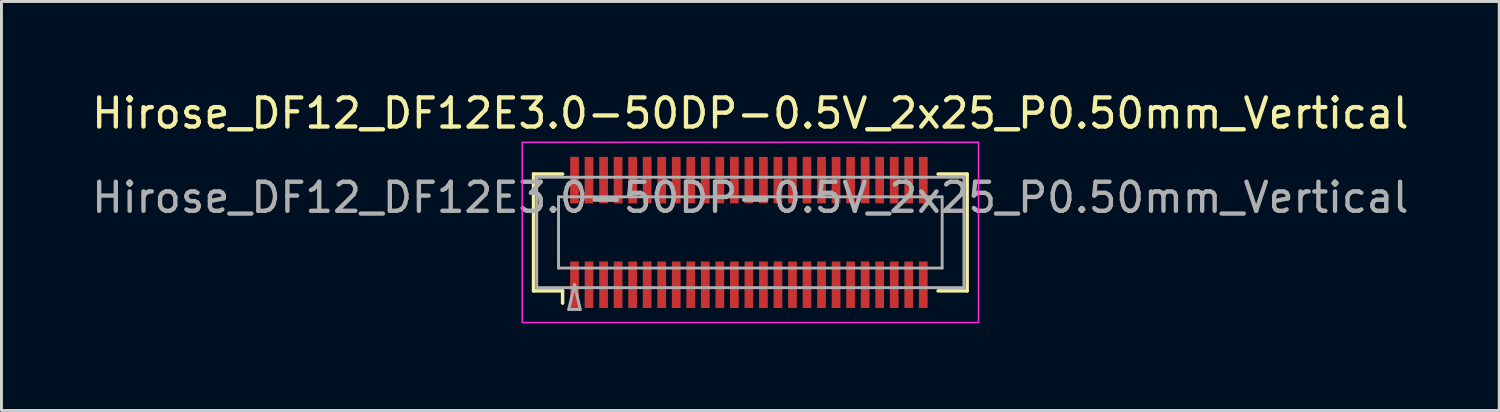
<source format=kicad_pcb>
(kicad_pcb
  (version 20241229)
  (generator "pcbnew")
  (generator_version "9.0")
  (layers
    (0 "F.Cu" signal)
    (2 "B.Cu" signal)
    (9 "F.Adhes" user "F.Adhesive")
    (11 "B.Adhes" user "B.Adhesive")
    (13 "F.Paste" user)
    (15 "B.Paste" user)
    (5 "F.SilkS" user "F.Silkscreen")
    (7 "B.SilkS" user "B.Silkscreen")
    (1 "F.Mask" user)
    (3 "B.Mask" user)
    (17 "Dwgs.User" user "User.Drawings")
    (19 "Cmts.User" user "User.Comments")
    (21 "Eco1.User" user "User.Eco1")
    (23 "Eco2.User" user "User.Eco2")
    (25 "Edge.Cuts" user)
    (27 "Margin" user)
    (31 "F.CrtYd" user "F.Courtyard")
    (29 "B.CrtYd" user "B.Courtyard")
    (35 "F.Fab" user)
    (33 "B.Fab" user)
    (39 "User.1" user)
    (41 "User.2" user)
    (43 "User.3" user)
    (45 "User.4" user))
  (footprint "Hirose_DF12_DF12E3.0-50DP-0.5V_2x25_P0.50mm_Vertical"
    (layer "F.Cu")
    (at 22.768 4.948)
    (property "Reference" "Hirose_DF12_DF12E3.0-50DP-0.5V_2x25_P0.50mm_Vertical" (at 0 -4.1 0) (layer "F.SilkS") (effects (font (size 1 1) (thickness 0.15))))
    (attr smd)
    (fp_line (start -7.46 -2.01) (end -6.46 -2.01) (stroke (width 0.12) (type solid)) (layer "F.SilkS"))
    (fp_line (start -7.46 2.01) (end -7.46 -2.01) (stroke (width 0.12) (type solid)) (layer "F.SilkS"))
    (fp_line (start -6.46 2.01) (end -7.46 2.01) (stroke (width 0.12) (type solid)) (layer "F.SilkS"))
    (fp_line (start -6.46 2.433) (end -6.46 2.01) (stroke (width 0.12) (type solid)) (layer "F.SilkS"))
    (fp_line (start 6.46 2.01) (end 7.46 2.01) (stroke (width 0.12) (type solid)) (layer "F.SilkS"))
    (fp_line (start 7.46 -2.01) (end 6.46 -2.01) (stroke (width 0.12) (type solid)) (layer "F.SilkS"))
    (fp_line (start 7.46 2.01) (end 7.46 -2.01) (stroke (width 0.12) (type solid)) (layer "F.SilkS"))
    (fp_line (start -7.85 -3.1) (end -7.85 3.1) (stroke (width 0.05) (type solid)) (layer "F.CrtYd"))
    (fp_line (start -7.85 3.1) (end 7.85 3.1) (stroke (width 0.05) (type solid)) (layer "F.CrtYd"))
    (fp_line (start 7.85 -3.1) (end -7.85 -3.1) (stroke (width 0.05) (type solid)) (layer "F.CrtYd"))
    (fp_line (start 7.85 3.1) (end 7.85 -3.1) (stroke (width 0.05) (type solid)) (layer "F.CrtYd"))
    (fp_line (start -7.35 -1.9) (end 7.35 -1.9) (stroke (width 0.1) (type solid)) (layer "F.Fab"))
    (fp_line (start -7.35 1.9) (end -7.35 -1.9) (stroke (width 0.1) (type solid)) (layer "F.Fab"))
    (fp_line (start -6.6 -1.225) (end 6.6 -1.225) (stroke (width 0.1) (type solid)) (layer "F.Fab"))
    (fp_line (start -6.6 1.225) (end -6.6 -1.225) (stroke (width 0.1) (type solid)) (layer "F.Fab"))
    (fp_line (start -6.25 2.65) (end -6.05 1.8) (stroke (width 0.1) (type solid)) (layer "F.Fab"))
    (fp_line (start -6.05 1.8) (end -5.85 2.65) (stroke (width 0.1) (type solid)) (layer "F.Fab"))
    (fp_line (start -5.85 2.65) (end -6.25 2.65) (stroke (width 0.1) (type solid)) (layer "F.Fab"))
    (fp_line (start 6.6 -1.225) (end 6.6 1.225) (stroke (width 0.1) (type solid)) (layer "F.Fab"))
    (fp_line (start 6.6 1.225) (end -6.6 1.225) (stroke (width 0.1) (type solid)) (layer "F.Fab"))
    (fp_line (start 7.35 -1.9) (end 7.35 1.9) (stroke (width 0.1) (type solid)) (layer "F.Fab"))
    (fp_line (start 7.35 1.9) (end -7.35 1.9) (stroke (width 0.1) (type solid)) (layer "F.Fab"))
    (fp_text user "${REFERENCE}" (at 0 -1.2 0) (layer "F.Fab") (effects (font (size 1 1) (thickness 0.15))))
    (pad "" smd rect (at -6.05 -2) (size 0.28 1.2) (layers "F.Paste"))
    (pad "" smd rect (at -6.05 2) (size 0.28 1.2) (layers "F.Paste"))
    (pad "" smd rect (at -5.55 -2) (size 0.28 1.2) (layers "F.Paste"))
    (pad "" smd rect (at -5.55 2) (size 0.28 1.2) (layers "F.Paste"))
    (pad "" smd rect (at -5.05 -2) (size 0.28 1.2) (layers "F.Paste"))
    (pad "" smd rect (at -5.05 2) (size 0.28 1.2) (layers "F.Paste"))
    (pad "" smd rect (at -4.55 -2) (size 0.28 1.2) (layers "F.Paste"))
    (pad "" smd rect (at -4.55 2) (size 0.28 1.2) (layers "F.Paste"))
    (pad "" smd rect (at -4.05 -2) (size 0.28 1.2) (layers "F.Paste"))
    (pad "" smd rect (at -4.05 2) (size 0.28 1.2) (layers "F.Paste"))
    (pad "" smd rect (at -3.55 -2) (size 0.28 1.2) (layers "F.Paste"))
    (pad "" smd rect (at -3.55 2) (size 0.28 1.2) (layers "F.Paste"))
    (pad "" smd rect (at -3.05 -2) (size 0.28 1.2) (layers "F.Paste"))
    (pad "" smd rect (at -3.05 2) (size 0.28 1.2) (layers "F.Paste"))
    (pad "" smd rect (at -2.55 -2) (size 0.28 1.2) (layers "F.Paste"))
    (pad "" smd rect (at -2.55 2) (size 0.28 1.2) (layers "F.Paste"))
    (pad "" smd rect (at -2.05 -2) (size 0.28 1.2) (layers "F.Paste"))
    (pad "" smd rect (at -2.05 2) (size 0.28 1.2) (layers "F.Paste"))
    (pad "" smd rect (at -1.55 -2) (size 0.28 1.2) (layers "F.Paste"))
    (pad "" smd rect (at -1.55 2) (size 0.28 1.2) (layers "F.Paste"))
    (pad "" smd rect (at -1.05 -2) (size 0.28 1.2) (layers "F.Paste"))
    (pad "" smd rect (at -1.05 2) (size 0.28 1.2) (layers "F.Paste"))
    (pad "" smd rect (at -0.55 -2) (size 0.28 1.2) (layers "F.Paste"))
    (pad "" smd rect (at -0.55 2) (size 0.28 1.2) (layers "F.Paste"))
    (pad "" smd rect (at -0.05 -2) (size 0.28 1.2) (layers "F.Paste"))
    (pad "" smd rect (at -0.05 2) (size 0.28 1.2) (layers "F.Paste"))
    (pad "" smd rect (at 0.45 -2) (size 0.28 1.2) (layers "F.Paste"))
    (pad "" smd rect (at 0.45 2) (size 0.28 1.2) (layers "F.Paste"))
    (pad "" smd rect (at 0.95 -2) (size 0.28 1.2) (layers "F.Paste"))
    (pad "" smd rect (at 0.95 2) (size 0.28 1.2) (layers "F.Paste"))
    (pad "" smd rect (at 1.45 -2) (size 0.28 1.2) (layers "F.Paste"))
    (pad "" smd rect (at 1.45 2) (size 0.28 1.2) (layers "F.Paste"))
    (pad "" smd rect (at 1.95 -2) (size 0.28 1.2) (layers "F.Paste"))
    (pad "" smd rect (at 1.95 2) (size 0.28 1.2) (layers "F.Paste"))
    (pad "" smd rect (at 2.45 -2) (size 0.28 1.2) (layers "F.Paste"))
    (pad "" smd rect (at 2.45 2) (size 0.28 1.2) (layers "F.Paste"))
    (pad "" smd rect (at 2.95 -2) (size 0.28 1.2) (layers "F.Paste"))
    (pad "" smd rect (at 2.95 2) (size 0.28 1.2) (layers "F.Paste"))
    (pad "" smd rect (at 3.45 -2) (size 0.28 1.2) (layers "F.Paste"))
    (pad "" smd rect (at 3.45 2) (size 0.28 1.2) (layers "F.Paste"))
    (pad "" smd rect (at 3.95 -2) (size 0.28 1.2) (layers "F.Paste"))
    (pad "" smd rect (at 3.95 2) (size 0.28 1.2) (layers "F.Paste"))
    (pad "" smd rect (at 4.45 -2) (size 0.28 1.2) (layers "F.Paste"))
    (pad "" smd rect (at 4.45 2) (size 0.28 1.2) (layers "F.Paste"))
    (pad "" smd rect (at 4.95 -2) (size 0.28 1.2) (layers "F.Paste"))
    (pad "" smd rect (at 4.95 2) (size 0.28 1.2) (layers "F.Paste"))
    (pad "" smd rect (at 5.45 -2) (size 0.28 1.2) (layers "F.Paste"))
    (pad "" smd rect (at 5.45 2) (size 0.28 1.2) (layers "F.Paste"))
    (pad "" smd rect (at 5.95 -2) (size 0.28 1.2) (layers "F.Paste"))
    (pad "" smd rect (at 5.95 2) (size 0.28 1.2) (layers "F.Paste"))
    (pad "1" smd rect (at -6.05 1.8) (size 0.3 1.6) (layers "F.Cu" "F.Mask"))
    (pad "2" smd rect (at -5.55 1.8) (size 0.3 1.6) (layers "F.Cu" "F.Mask"))
    (pad "3" smd rect (at -5.05 1.8) (size 0.3 1.6) (layers "F.Cu" "F.Mask"))
    (pad "4" smd rect (at -4.55 1.8) (size 0.3 1.6) (layers "F.Cu" "F.Mask"))
    (pad "5" smd rect (at -4.05 1.8) (size 0.3 1.6) (layers "F.Cu" "F.Mask"))
    (pad "6" smd rect (at -3.55 1.8) (size 0.3 1.6) (layers "F.Cu" "F.Mask"))
    (pad "7" smd rect (at -3.05 1.8) (size 0.3 1.6) (layers "F.Cu" "F.Mask"))
    (pad "8" smd rect (at -2.55 1.8) (size 0.3 1.6) (layers "F.Cu" "F.Mask"))
    (pad "9" smd rect (at -2.05 1.8) (size 0.3 1.6) (layers "F.Cu" "F.Mask"))
    (pad "10" smd rect (at -1.55 1.8) (size 0.3 1.6) (layers "F.Cu" "F.Mask"))
    (pad "11" smd rect (at -1.05 1.8) (size 0.3 1.6) (layers "F.Cu" "F.Mask"))
    (pad "12" smd rect (at -0.55 1.8) (size 0.3 1.6) (layers "F.Cu" "F.Mask"))
    (pad "13" smd rect (at -0.05 1.8) (size 0.3 1.6) (layers "F.Cu" "F.Mask"))
    (pad "14" smd rect (at 0.45 1.8) (size 0.3 1.6) (layers "F.Cu" "F.Mask"))
    (pad "15" smd rect (at 0.95 1.8) (size 0.3 1.6) (layers "F.Cu" "F.Mask"))
    (pad "16" smd rect (at 1.45 1.8) (size 0.3 1.6) (layers "F.Cu" "F.Mask"))
    (pad "17" smd rect (at 1.95 1.8) (size 0.3 1.6) (layers "F.Cu" "F.Mask"))
    (pad "18" smd rect (at 2.45 1.8) (size 0.3 1.6) (layers "F.Cu" "F.Mask"))
    (pad "19" smd rect (at 2.95 1.8) (size 0.3 1.6) (layers "F.Cu" "F.Mask"))
    (pad "20" smd rect (at 3.45 1.8) (size 0.3 1.6) (layers "F.Cu" "F.Mask"))
    (pad "21" smd rect (at 3.95 1.8) (size 0.3 1.6) (layers "F.Cu" "F.Mask"))
    (pad "22" smd rect (at 4.45 1.8) (size 0.3 1.6) (layers "F.Cu" "F.Mask"))
    (pad "23" smd rect (at 4.95 1.8) (size 0.3 1.6) (layers "F.Cu" "F.Mask"))
    (pad "24" smd rect (at 5.45 1.8) (size 0.3 1.6) (layers "F.Cu" "F.Mask"))
    (pad "25" smd rect (at 5.95 1.8) (size 0.3 1.6) (layers "F.Cu" "F.Mask"))
    (pad "26" smd rect (at -6.05 -1.8) (size 0.3 1.6) (layers "F.Cu" "F.Mask"))
    (pad "27" smd rect (at -5.55 -1.8) (size 0.3 1.6) (layers "F.Cu" "F.Mask"))
    (pad "28" smd rect (at -5.05 -1.8) (size 0.3 1.6) (layers "F.Cu" "F.Mask"))
    (pad "29" smd rect (at -4.55 -1.8) (size 0.3 1.6) (layers "F.Cu" "F.Mask"))
    (pad "30" smd rect (at -4.05 -1.8) (size 0.3 1.6) (layers "F.Cu" "F.Mask"))
    (pad "31" smd rect (at -3.55 -1.8) (size 0.3 1.6) (layers "F.Cu" "F.Mask"))
    (pad "32" smd rect (at -3.05 -1.8) (size 0.3 1.6) (layers "F.Cu" "F.Mask"))
    (pad "33" smd rect (at -2.55 -1.8) (size 0.3 1.6) (layers "F.Cu" "F.Mask"))
    (pad "34" smd rect (at -2.05 -1.8) (size 0.3 1.6) (layers "F.Cu" "F.Mask"))
    (pad "35" smd rect (at -1.55 -1.8) (size 0.3 1.6) (layers "F.Cu" "F.Mask"))
    (pad "36" smd rect (at -1.05 -1.8) (size 0.3 1.6) (layers "F.Cu" "F.Mask"))
    (pad "37" smd rect (at -0.55 -1.8) (size 0.3 1.6) (layers "F.Cu" "F.Mask"))
    (pad "38" smd rect (at -0.05 -1.8) (size 0.3 1.6) (layers "F.Cu" "F.Mask"))
    (pad "39" smd rect (at 0.45 -1.8) (size 0.3 1.6) (layers "F.Cu" "F.Mask"))
    (pad "40" smd rect (at 0.95 -1.8) (size 0.3 1.6) (layers "F.Cu" "F.Mask"))
    (pad "41" smd rect (at 1.45 -1.8) (size 0.3 1.6) (layers "F.Cu" "F.Mask"))
    (pad "42" smd rect (at 1.95 -1.8) (size 0.3 1.6) (layers "F.Cu" "F.Mask"))
    (pad "43" smd rect (at 2.45 -1.8) (size 0.3 1.6) (layers "F.Cu" "F.Mask"))
    (pad "44" smd rect (at 2.95 -1.8) (size 0.3 1.6) (layers "F.Cu" "F.Mask"))
    (pad "45" smd rect (at 3.45 -1.8) (size 0.3 1.6) (layers "F.Cu" "F.Mask"))
    (pad "46" smd rect (at 3.95 -1.8) (size 0.3 1.6) (layers "F.Cu" "F.Mask"))
    (pad "47" smd rect (at 4.45 -1.8) (size 0.3 1.6) (layers "F.Cu" "F.Mask"))
    (pad "48" smd rect (at 4.95 -1.8) (size 0.3 1.6) (layers "F.Cu" "F.Mask"))
    (pad "49" smd rect (at 5.45 -1.8) (size 0.3 1.6) (layers "F.Cu" "F.Mask"))
    (pad "50" smd rect (at 5.95 -1.8) (size 0.3 1.6) (layers "F.Cu" "F.Mask")))
  (gr_rect
    (start -3 -3)
    (end 48.536 11.073)
    (stroke (width 0.1) (type default))
    (fill no)
    (layer "Edge.Cuts")))
</source>
